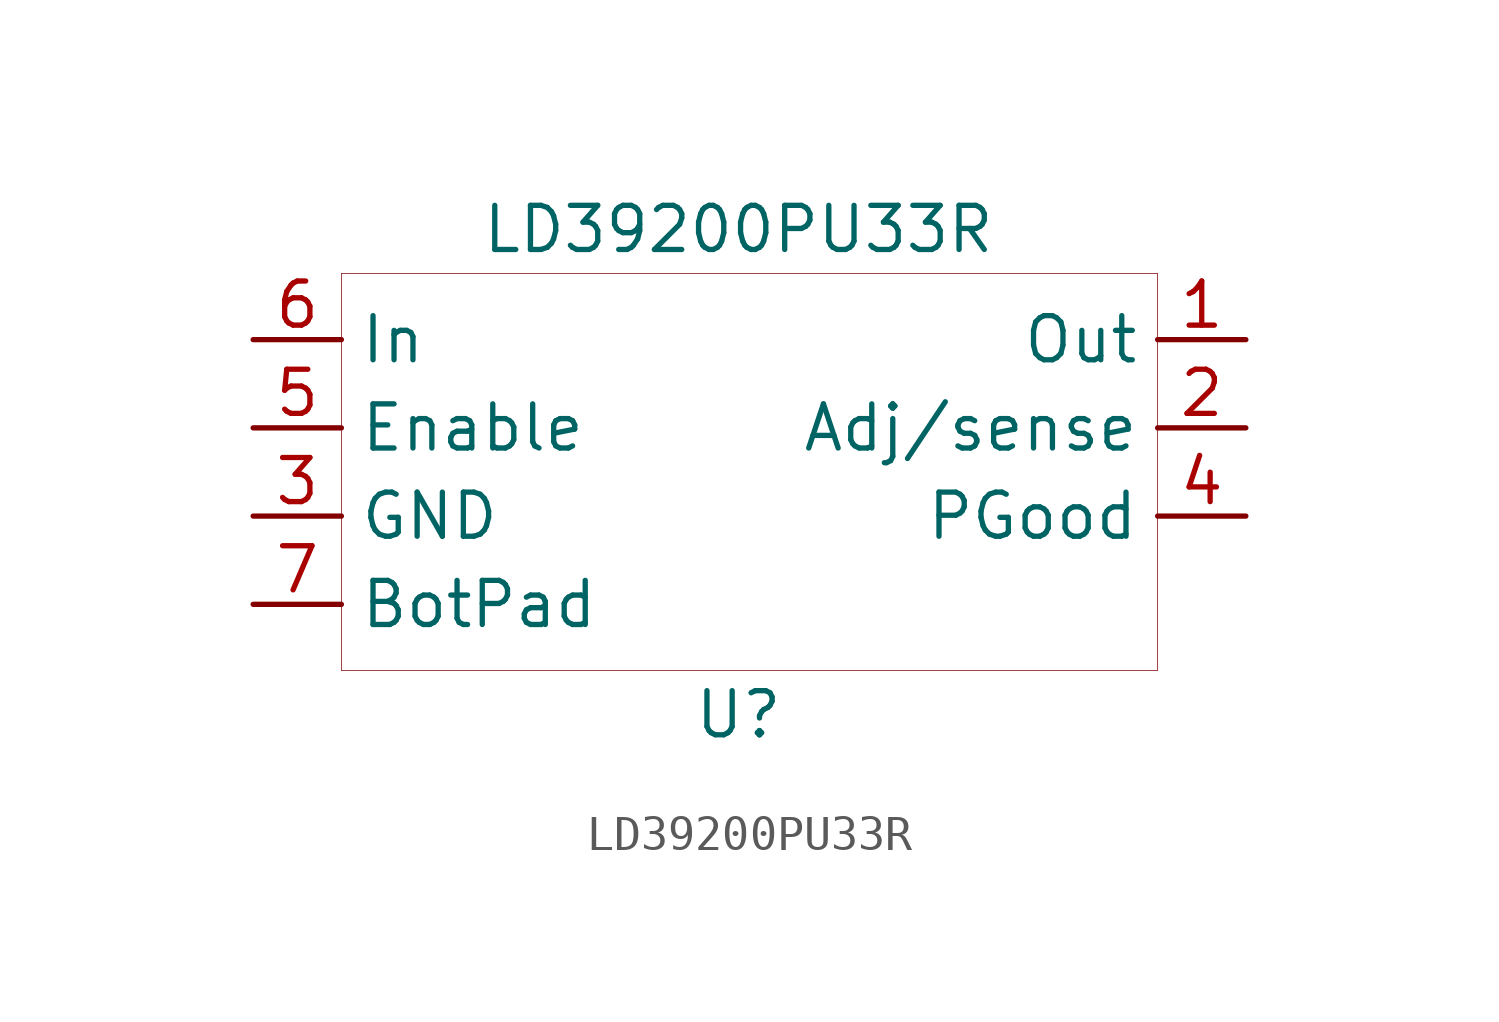
<source format=kicad_sym>
(kicad_symbol_lib
  (version 20201005)
  (generator kicad_symbol_editor)
  (symbol "pwr:LD39200PU33R"
    (property "Reference" "U"
      (at 0 -6.985 0)
      (effects (font (size 1.27 1.27))))
    (property "Value" "LD39200PU33R"
      (at 0 6.985 0)
      (effects (font (size 1.27 1.27))))
    (symbol "LD39200PU33R_0_1"
      (rectangle (start -11.43 5.715) (end 12.065 -5.715) (stroke (width 0.001)) (fill (type none))))
    (symbol "LD39200PU33R_1_1"
      (pin power_in line (at -13.97 3.81 0) (length 2.54) (name "In" (effects (font (size 1.27 1.27)))) (number "6" (effects (font (size 1.27 1.27)))))
      (pin passive line (at 14.605 1.27 180) (length 2.54) (name "Adj/sense" (effects (font (size 1.27 1.27)))) (number "2" (effects (font (size 1.27 1.27)))))
      (pin power_in line (at -13.97 -1.27 0) (length 2.54) (name "GND" (effects (font (size 1.27 1.27)))) (number "3" (effects (font (size 1.27 1.27)))))
      (pin output line (at 14.605 -1.27 180) (length 2.54) (name "PGood" (effects (font (size 1.27 1.27)))) (number "4" (effects (font (size 1.27 1.27)))))
      (pin input line (at -13.97 1.27 0) (length 2.54) (name "Enable" (effects (font (size 1.27 1.27)))) (number "5" (effects (font (size 1.27 1.27)))))
      (pin power_out line (at 14.605 3.81 180) (length 2.54) (name "Out" (effects (font (size 1.27 1.27)))) (number "1" (effects (font (size 1.27 1.27)))))
      (pin power_in line (at -13.97 -3.81 0) (length 2.54) (name "BotPad" (effects (font (size 1.27 1.27)))) (number "7" (effects (font (size 1.27 1.27))))))))
</source>
